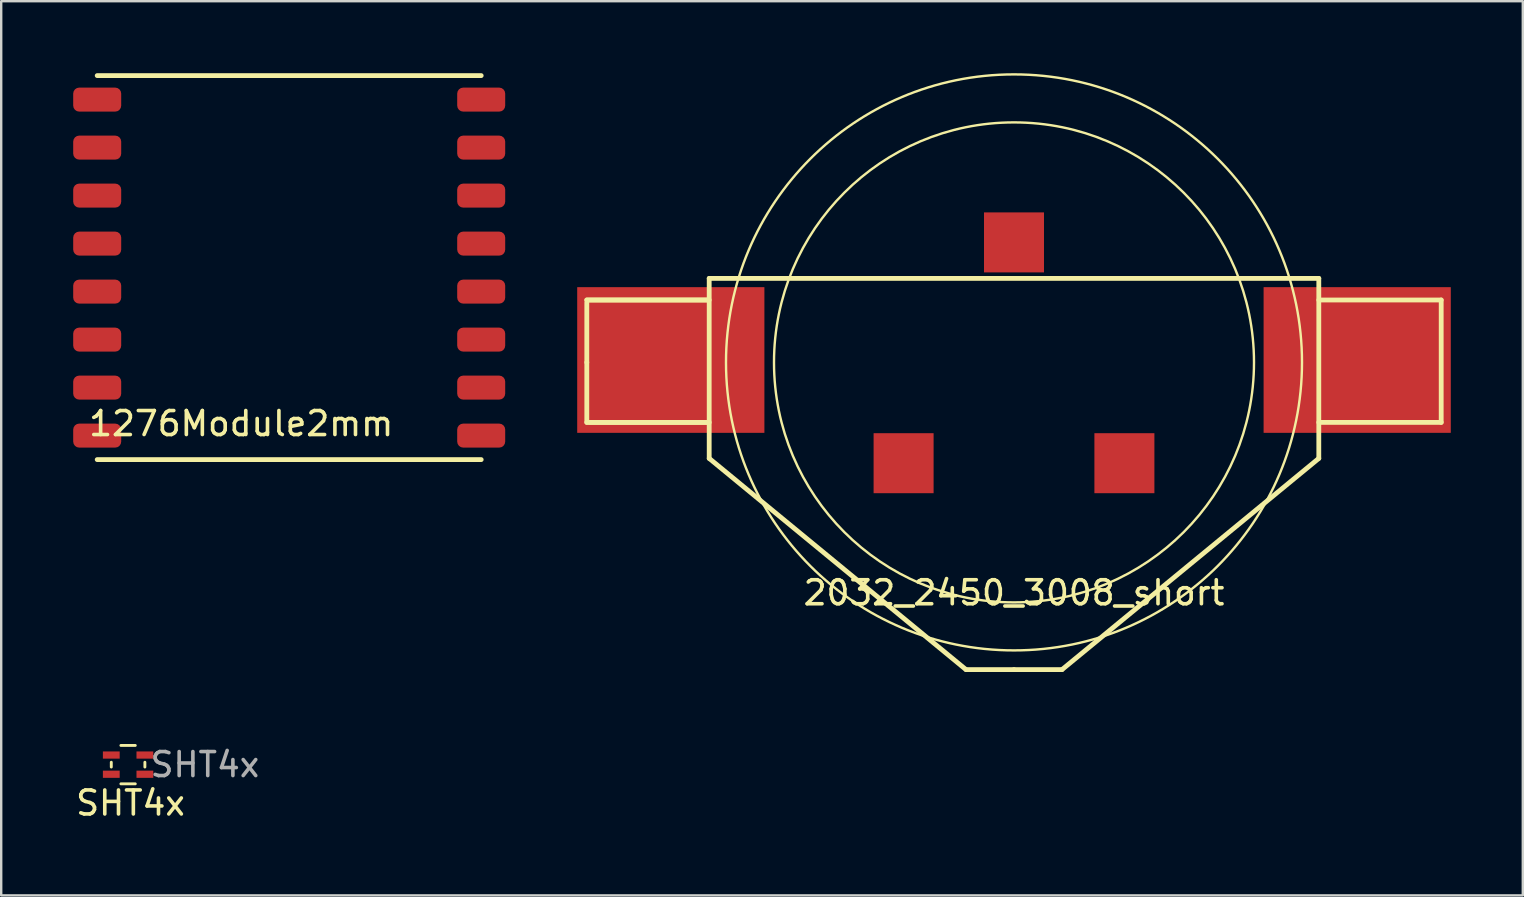
<source format=kicad_pcb>
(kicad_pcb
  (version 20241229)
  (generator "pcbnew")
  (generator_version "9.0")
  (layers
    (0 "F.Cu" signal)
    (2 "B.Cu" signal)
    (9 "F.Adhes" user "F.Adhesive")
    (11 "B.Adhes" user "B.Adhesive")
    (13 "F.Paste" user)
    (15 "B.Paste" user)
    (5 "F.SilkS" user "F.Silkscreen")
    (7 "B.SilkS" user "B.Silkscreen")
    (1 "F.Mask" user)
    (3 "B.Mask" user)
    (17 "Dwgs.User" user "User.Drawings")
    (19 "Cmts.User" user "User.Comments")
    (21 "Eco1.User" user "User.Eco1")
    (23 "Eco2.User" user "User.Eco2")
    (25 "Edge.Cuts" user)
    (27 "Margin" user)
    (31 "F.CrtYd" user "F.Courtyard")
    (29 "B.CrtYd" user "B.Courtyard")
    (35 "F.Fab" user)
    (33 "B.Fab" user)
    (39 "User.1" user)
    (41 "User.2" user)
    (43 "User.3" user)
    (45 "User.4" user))
  (footprint "1276Module2mm"
    (layer "F.Cu")
    (at 7 14.1)
    (property "Reference" "1276Module2mm" (at 0 0.5 0) (layer "F.SilkS") (effects (font (size 1 1) (thickness 0.15))))
    (attr through_hole)
    (fp_line (start -6 -14) (end 10 -14) (stroke (width 0.2) (type solid)) (layer "F.SilkS"))
    (fp_line (start 10 2) (end -6 2) (stroke (width 0.2) (type solid)) (layer "F.SilkS"))
    (pad "1" smd roundrect (at -6 -13) (size 2 1) (layers "F.Cu" "F.Mask" "F.Paste") (roundrect_rratio 0.25))
    (pad "1" smd roundrect (at -6 1) (size 2 1) (layers "F.Cu" "F.Mask" "F.Paste") (roundrect_rratio 0.25))
    (pad "1" smd roundrect (at 10 -1) (size 2 1) (layers "F.Cu" "F.Mask" "F.Paste") (roundrect_rratio 0.25))
    (pad "2" smd roundrect (at -6 -11) (size 2 1) (layers "F.Cu" "F.Mask" "F.Paste") (roundrect_rratio 0.25))
    (pad "3" smd roundrect (at -6 -9) (size 2 1) (layers "F.Cu" "F.Mask" "F.Paste") (roundrect_rratio 0.25))
    (pad "4" smd roundrect (at -6 -7) (size 2 1) (layers "F.Cu" "F.Mask" "F.Paste") (roundrect_rratio 0.25))
    (pad "5" smd roundrect (at -6 -5) (size 2 1) (layers "F.Cu" "F.Mask" "F.Paste") (roundrect_rratio 0.25))
    (pad "6" smd roundrect (at -6 -3) (size 2 1) (layers "F.Cu" "F.Mask" "F.Paste") (roundrect_rratio 0.25))
    (pad "7" smd roundrect (at 10 -9) (size 2 1) (layers "F.Cu" "F.Mask" "F.Paste") (roundrect_rratio 0.25))
    (pad "8" smd roundrect (at 10 -11) (size 2 1) (layers "F.Cu" "F.Mask" "F.Paste") (roundrect_rratio 0.25))
    (pad "9" smd roundrect (at 10 -13) (size 2 1) (layers "F.Cu" "F.Mask" "F.Paste") (roundrect_rratio 0.25))
    (pad "10" smd roundrect (at 10 -3) (size 2 1) (layers "F.Cu" "F.Mask" "F.Paste") (roundrect_rratio 0.25))
    (pad "11" smd roundrect (at 10 -5) (size 2 1) (layers "F.Cu" "F.Mask" "F.Paste") (roundrect_rratio 0.25))
    (pad "12" smd roundrect (at -6 -1) (size 2 1) (layers "F.Cu" "F.Mask" "F.Paste") (roundrect_rratio 0.25))
    (pad "13" smd roundrect (at 10 1) (size 2 1) (layers "F.Cu" "F.Mask" "F.Paste") (roundrect_rratio 0.25))
    (pad "14" smd roundrect (at 10 -7) (size 2 1) (layers "F.Cu" "F.Mask" "F.Paste") (roundrect_rratio 0.25)))
  (footprint "SHT4x"
    (layer "F.Cu")
    (at 2.287 28.81)
    (property "Reference" "SHT4x" (at 0.1 1.6 0) (unlocked yes) (layer "F.SilkS") (effects (font (size 1 1) (thickness 0.15))))
    (attr smd)
    (fp_line (start -0.7 -0.1) (end -0.7 0.1) (stroke (width 0.12) (type solid)) (layer "F.SilkS"))
    (fp_line (start -0.3 -0.8) (end 0.3 -0.8) (stroke (width 0.12) (type solid)) (layer "F.SilkS"))
    (fp_line (start -0.3 0.8) (end 0.3 0.8) (stroke (width 0.12) (type solid)) (layer "F.SilkS"))
    (fp_line (start 0.7 -0.1) (end 0.7 0.1) (stroke (width 0.12) (type solid)) (layer "F.SilkS"))
    (fp_text user "${REFERENCE}" (at 3.2 0 0) (unlocked yes) (layer "F.Fab") (effects (font (size 1 1) (thickness 0.15))))
    (pad "1" smd rect (at -0.7 -0.4) (size 0.7 0.3) (layers "F.Cu" "F.Mask" "F.Paste"))
    (pad "2" smd rect (at -0.7 0.4) (size 0.7 0.3) (layers "F.Cu" "F.Mask" "F.Paste"))
    (pad "3" smd rect (at 0.7 0.4) (size 0.7 0.3) (layers "F.Cu" "F.Mask" "F.Paste"))
    (pad "4" smd rect (at 0.7 -0.4) (size 0.7 0.3) (layers "F.Cu" "F.Mask" "F.Paste")))
  (footprint "2032_2450_3008_short"
    (layer "F.Cu")
    (at 39.2 12.05)
    (property "Reference" "2032_2450_3008_short" (at 0 9.6 0) (layer "F.SilkS") (effects (font (size 1 1) (thickness 0.15))))
    (attr through_hole)
    (fp_line (start -17.8 -2.6) (end -12.8 -2.6) (stroke (width 0.2) (type solid)) (layer "F.SilkS"))
    (fp_line (start -17.8 -2.6) (end -12.7 -2.6) (stroke (width 0.2) (type solid)) (layer "F.SilkS"))
    (fp_line (start -17.8 0) (end -17.8 -2.5) (stroke (width 0.2) (type solid)) (layer "F.SilkS"))
    (fp_line (start -17.8 0) (end -17.8 2.5) (stroke (width 0.2) (type solid)) (layer "F.SilkS"))
    (fp_line (start -17.8 2.5) (end -12.8 2.5) (stroke (width 0.2) (type solid)) (layer "F.SilkS"))
    (fp_line (start -17.7 2.5) (end -12.7 2.5) (stroke (width 0.2) (type solid)) (layer "F.SilkS"))
    (fp_line (start -12.7 -3.5) (end -12.7 4) (stroke (width 0.2) (type solid)) (layer "F.SilkS"))
    (fp_line (start -12.7 4) (end -2 12.8) (stroke (width 0.2) (type solid)) (layer "F.SilkS"))
    (fp_line (start 0 12.8) (end -2 12.8) (stroke (width 0.2) (type solid)) (layer "F.SilkS"))
    (fp_line (start 2 12.8) (end 0 12.8) (stroke (width 0.2) (type solid)) (layer "F.SilkS"))
    (fp_line (start 2 12.8) (end 12.7 4) (stroke (width 0.2) (type solid)) (layer "F.SilkS"))
    (fp_line (start 12.7 -3.5) (end -12.7 -3.5) (stroke (width 0.2) (type solid)) (layer "F.SilkS"))
    (fp_line (start 12.7 4) (end 12.7 -3.5) (stroke (width 0.2) (type solid)) (layer "F.SilkS"))
    (fp_line (start 17.8 -2.6) (end 12.7 -2.6) (stroke (width 0.2) (type solid)) (layer "F.SilkS"))
    (fp_line (start 17.8 -2.6) (end 17.8 2.5) (stroke (width 0.2) (type solid)) (layer "F.SilkS"))
    (fp_line (start 17.8 2.5) (end 12.7 2.5) (stroke (width 0.2) (type solid)) (layer "F.SilkS"))
    (fp_circle (center 0 0) (end 10 0) (stroke (width 0.1) (type solid)) (fill no) (layer "F.SilkS"))
    (fp_circle (center 0 0) (end 12 0) (stroke (width 0.1) (type solid)) (fill no) (layer "F.SilkS"))
    (pad "1" smd rect (at -14.3 -0.1) (size 7.8 6.07) (layers "F.Cu" "F.Mask" "F.Paste"))
    (pad "1" smd rect (at 14.3 -0.1) (size 7.8 6.07) (layers "F.Cu" "F.Mask" "F.Paste"))
    (pad "2" smd rect (at -4.6 4.2) (size 2.5 2.5) (layers "F.Cu" "F.Mask" "F.Paste"))
    (pad "2" smd rect (at 0 -5) (size 2.5 2.5) (layers "F.Cu" "F.Mask" "F.Paste"))
    (pad "2" smd rect (at 4.6 4.2) (size 2.5 2.5) (layers "F.Cu" "F.Mask" "F.Paste")))
  (gr_rect
    (start -3 -3)
    (end 60.4 34.258)
    (stroke (width 0.1) (type default))
    (fill no)
    (layer "Edge.Cuts")))
</source>
